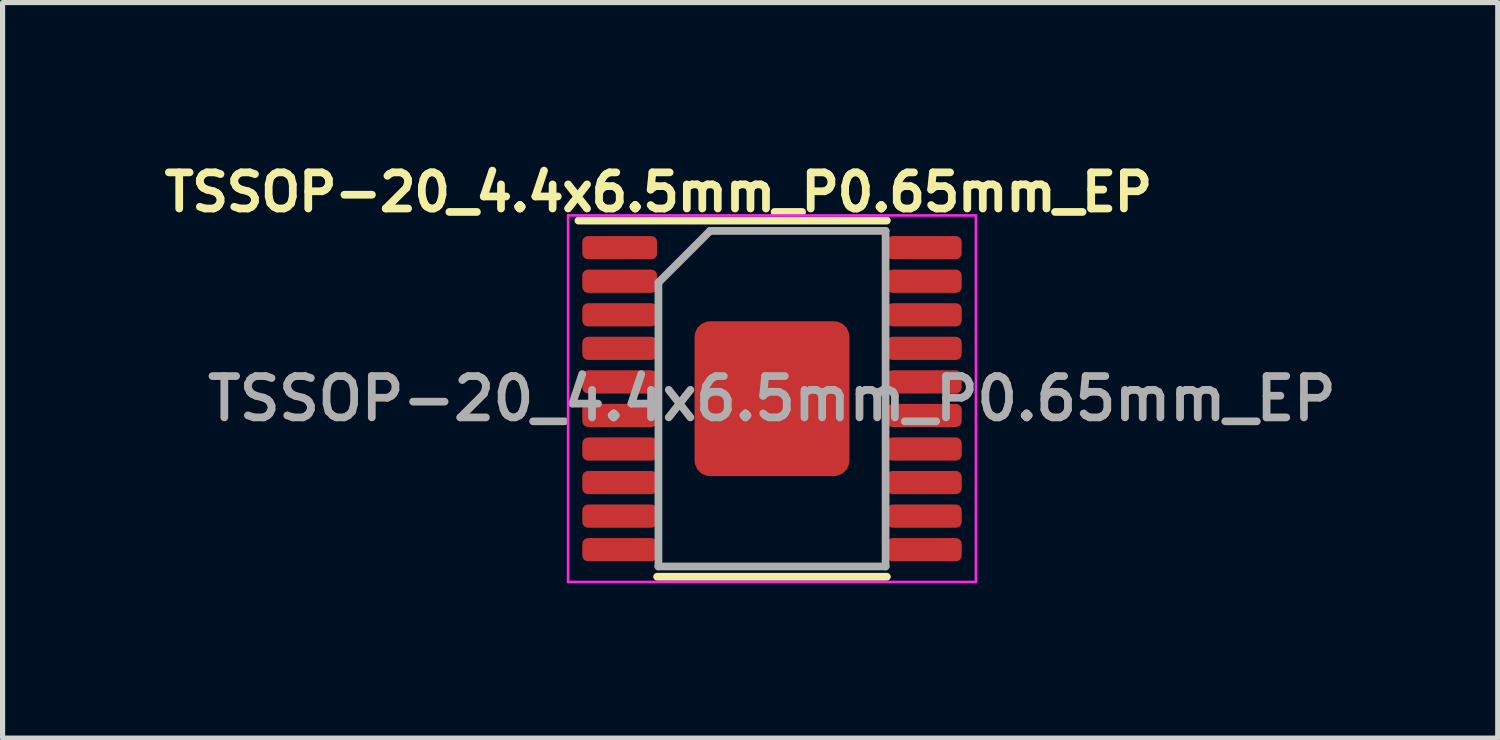
<source format=kicad_pcb>
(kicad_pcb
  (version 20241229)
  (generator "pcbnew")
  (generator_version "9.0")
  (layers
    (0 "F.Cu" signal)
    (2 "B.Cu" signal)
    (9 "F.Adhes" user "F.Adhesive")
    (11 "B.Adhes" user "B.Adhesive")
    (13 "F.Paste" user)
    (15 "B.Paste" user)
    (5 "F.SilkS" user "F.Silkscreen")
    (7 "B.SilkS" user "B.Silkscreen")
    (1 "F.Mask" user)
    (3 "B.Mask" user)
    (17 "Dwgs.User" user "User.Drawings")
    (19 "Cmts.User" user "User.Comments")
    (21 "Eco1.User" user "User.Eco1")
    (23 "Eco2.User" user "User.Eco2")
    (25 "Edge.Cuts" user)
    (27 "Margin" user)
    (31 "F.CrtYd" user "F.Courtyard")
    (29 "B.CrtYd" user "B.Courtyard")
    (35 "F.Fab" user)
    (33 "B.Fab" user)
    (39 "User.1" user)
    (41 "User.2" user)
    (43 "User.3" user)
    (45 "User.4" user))
  (footprint "TSSOP-20_4.4x6.5mm_P0.65mm_EP"
    (layer "F.Cu")
    (at 11.905 4.673)
    (property "Reference" "TSSOP-20_4.4x6.5mm_P0.65mm_EP" (at -2.2 -4 0) (layer "F.SilkS") (effects (font (size 0.7 0.7) (thickness 0.15))))
    (attr smd)
    (fp_line (start -3.75 -3.45) (end 2.225 -3.45) (stroke (width 0.15) (type solid)) (layer "F.SilkS"))
    (fp_line (start -2.225 3.45) (end 2.225 3.45) (stroke (width 0.15) (type solid)) (layer "F.SilkS"))
    (fp_line (start -3.95 -3.55) (end -3.95 3.55) (stroke (width 0.05) (type solid)) (layer "F.CrtYd"))
    (fp_line (start -3.95 -3.55) (end 3.95 -3.55) (stroke (width 0.05) (type solid)) (layer "F.CrtYd"))
    (fp_line (start -3.95 3.55) (end 3.95 3.55) (stroke (width 0.05) (type solid)) (layer "F.CrtYd"))
    (fp_line (start 3.95 -3.55) (end 3.95 3.55) (stroke (width 0.05) (type solid)) (layer "F.CrtYd"))
    (fp_line (start -2.2 -2.25) (end -1.2 -3.25) (stroke (width 0.15) (type solid)) (layer "F.Fab"))
    (fp_line (start -2.2 3.25) (end -2.2 -2.25) (stroke (width 0.15) (type solid)) (layer "F.Fab"))
    (fp_line (start -1.2 -3.25) (end 2.2 -3.25) (stroke (width 0.15) (type solid)) (layer "F.Fab"))
    (fp_line (start 2.2 -3.25) (end 2.2 3.25) (stroke (width 0.15) (type solid)) (layer "F.Fab"))
    (fp_line (start 2.2 3.25) (end -2.2 3.25) (stroke (width 0.15) (type solid)) (layer "F.Fab"))
    (fp_text user "${REFERENCE}" (at 0 0 0) (layer "F.Fab") (effects (font (size 0.8 0.8) (thickness 0.15))))
    (pad "1" smd roundrect (at -2.95 -2.925) (size 1.45 0.45) (layers "F.Cu" "F.Mask" "F.Paste") (roundrect_rratio 0.25))
    (pad "2" smd roundrect (at -2.95 -2.275) (size 1.45 0.45) (layers "F.Cu" "F.Mask" "F.Paste") (roundrect_rratio 0.25))
    (pad "3" smd roundrect (at -2.95 -1.625) (size 1.45 0.45) (layers "F.Cu" "F.Mask" "F.Paste") (roundrect_rratio 0.25))
    (pad "4" smd roundrect (at -2.95 -0.975) (size 1.45 0.45) (layers "F.Cu" "F.Mask" "F.Paste") (roundrect_rratio 0.25))
    (pad "5" smd roundrect (at -2.95 -0.325) (size 1.45 0.45) (layers "F.Cu" "F.Mask" "F.Paste") (roundrect_rratio 0.25))
    (pad "6" smd roundrect (at -2.95 0.325) (size 1.45 0.45) (layers "F.Cu" "F.Mask" "F.Paste") (roundrect_rratio 0.25))
    (pad "7" smd roundrect (at -2.95 0.975) (size 1.45 0.45) (layers "F.Cu" "F.Mask" "F.Paste") (roundrect_rratio 0.25))
    (pad "8" smd roundrect (at -2.95 1.625) (size 1.45 0.45) (layers "F.Cu" "F.Mask" "F.Paste") (roundrect_rratio 0.25))
    (pad "9" smd roundrect (at -2.95 2.275) (size 1.45 0.45) (layers "F.Cu" "F.Mask" "F.Paste") (roundrect_rratio 0.25))
    (pad "10" smd roundrect (at -2.95 2.925) (size 1.45 0.45) (layers "F.Cu" "F.Mask" "F.Paste") (roundrect_rratio 0.25))
    (pad "11" smd roundrect (at 2.95 2.925) (size 1.45 0.45) (layers "F.Cu" "F.Mask" "F.Paste") (roundrect_rratio 0.25))
    (pad "12" smd roundrect (at 2.95 2.275) (size 1.45 0.45) (layers "F.Cu" "F.Mask" "F.Paste") (roundrect_rratio 0.25))
    (pad "13" smd roundrect (at 2.95 1.625) (size 1.45 0.45) (layers "F.Cu" "F.Mask" "F.Paste") (roundrect_rratio 0.25))
    (pad "14" smd roundrect (at 2.95 0.975) (size 1.45 0.45) (layers "F.Cu" "F.Mask" "F.Paste") (roundrect_rratio 0.25))
    (pad "15" smd roundrect (at 2.95 0.325) (size 1.45 0.45) (layers "F.Cu" "F.Mask" "F.Paste") (roundrect_rratio 0.25))
    (pad "16" smd roundrect (at 2.95 -0.325) (size 1.45 0.45) (layers "F.Cu" "F.Mask" "F.Paste") (roundrect_rratio 0.25))
    (pad "17" smd roundrect (at 2.95 -0.975) (size 1.45 0.45) (layers "F.Cu" "F.Mask" "F.Paste") (roundrect_rratio 0.25))
    (pad "18" smd roundrect (at 2.95 -1.625) (size 1.45 0.45) (layers "F.Cu" "F.Mask" "F.Paste") (roundrect_rratio 0.25))
    (pad "19" smd roundrect (at 2.95 -2.275) (size 1.45 0.45) (layers "F.Cu" "F.Mask" "F.Paste") (roundrect_rratio 0.25))
    (pad "20" smd roundrect (at 2.95 -2.925) (size 1.45 0.45) (layers "F.Cu" "F.Mask" "F.Paste") (roundrect_rratio 0.25))
    (pad "21" smd roundrect (at -0.7 -0.7) (size 1 1) (layers "F.Cu" "F.Paste") (roundrect_rratio 0.1))
    (pad "21" smd roundrect (at -0.7 0.7) (size 1 1) (layers "F.Cu" "F.Paste") (roundrect_rratio 0.1))
    (pad "21" smd roundrect (at 0 0) (size 3 3) (layers "F.Cu" "F.Mask") (roundrect_rratio 0.1))
    (pad "21" smd roundrect (at 0.7 -0.7) (size 1 1) (layers "F.Cu" "F.Paste") (roundrect_rratio 0.1))
    (pad "21" smd roundrect (at 0.8 0.7) (size 1 1) (layers "F.Cu" "F.Paste") (roundrect_rratio 0.1)))
  (gr_rect
    (start -3 -3)
    (end 25.964 11.248)
    (stroke (width 0.1) (type default))
    (fill no)
    (layer "Edge.Cuts")))
</source>
